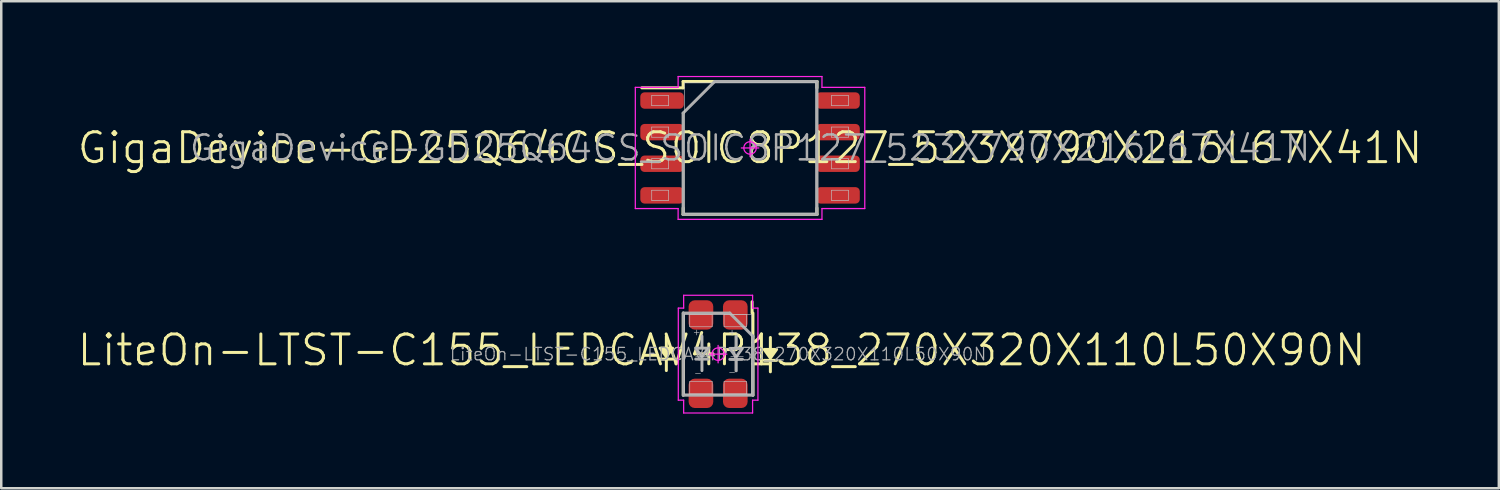
<source format=kicad_pcb>
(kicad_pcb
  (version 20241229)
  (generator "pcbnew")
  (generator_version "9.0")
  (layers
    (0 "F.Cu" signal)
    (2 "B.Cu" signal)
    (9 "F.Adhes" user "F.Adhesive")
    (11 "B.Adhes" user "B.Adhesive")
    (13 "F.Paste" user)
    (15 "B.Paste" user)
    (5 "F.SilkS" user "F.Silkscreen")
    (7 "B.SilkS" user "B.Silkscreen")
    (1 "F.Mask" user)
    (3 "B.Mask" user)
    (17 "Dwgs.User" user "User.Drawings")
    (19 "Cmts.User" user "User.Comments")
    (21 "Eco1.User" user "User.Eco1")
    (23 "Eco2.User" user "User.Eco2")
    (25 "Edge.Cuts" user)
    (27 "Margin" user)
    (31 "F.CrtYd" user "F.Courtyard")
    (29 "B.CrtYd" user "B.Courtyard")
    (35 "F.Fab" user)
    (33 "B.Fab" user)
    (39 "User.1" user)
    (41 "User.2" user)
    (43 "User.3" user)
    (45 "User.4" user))
  (footprint "LiteOn-LTST-C155_LEDCAV4P138_270X320X110L50X90N"
    (layer "F.Cu")
    (at 25.806 11.18)
    (property "Reference" "LiteOn-LTST-C155_LEDCAV4P138_270X320X110L50X90N" (at 0.14 -0.16 0) (layer "F.SilkS") (effects (font (size 1.2 1.2) (thickness 0.12))))
    (attr smd)
    (fp_line (start -2.33 0.2) (end -1.83 0.2) (stroke (width 0.12) (type solid)) (layer "F.SilkS"))
    (fp_line (start -2.08 -0.72) (end -2.08 -0.29) (stroke (width 0.12) (type solid)) (layer "F.SilkS"))
    (fp_line (start -2.08 0.21) (end -2.08 0.66) (stroke (width 0.12) (type solid)) (layer "F.SilkS"))
    (fp_line (start -1.4 -1.65) (end -1.4 1.65) (stroke (width 0.12) (type solid)) (layer "F.SilkS"))
    (fp_line (start 1.365 -1.65) (end 1.365 -2.105) (stroke (width 0.12) (type solid)) (layer "F.SilkS"))
    (fp_line (start 1.4 -1.65) (end 1.4 1.65) (stroke (width 0.12) (type solid)) (layer "F.SilkS"))
    (fp_line (start 1.85 0.25) (end 2.35 0.25) (stroke (width 0.12) (type solid)) (layer "F.SilkS"))
    (fp_line (start 2.1 -0.67) (end 2.1 -0.24) (stroke (width 0.12) (type solid)) (layer "F.SilkS"))
    (fp_line (start 2.1 0.26) (end 2.1 0.71) (stroke (width 0.12) (type solid)) (layer "F.SilkS"))
    (fp_poly (pts (xy -2.08 0.11) (xy -2.33 -0.24) (xy -1.83 -0.24)) (stroke (width 0.12) (type solid)) (fill yes) (layer "F.SilkS"))
    (fp_poly (pts (xy 2.1 0.16) (xy 1.85 -0.19) (xy 2.35 -0.19)) (stroke (width 0.12) (type solid)) (fill yes) (layer "F.SilkS"))
    (fp_line (start -1.35 -1.6) (end 1.35 -1.6) (stroke (width 0.025) (type solid)) (layer "Dwgs.User"))
    (fp_line (start -1.35 1.6) (end -1.35 -1.6) (stroke (width 0.025) (type solid)) (layer "Dwgs.User"))
    (fp_line (start -1.14 -1.6) (end -0.24 -1.6) (stroke (width 0.025) (type solid)) (layer "Dwgs.User"))
    (fp_line (start -1.14 -1.1) (end -1.14 -1.6) (stroke (width 0.025) (type solid)) (layer "Dwgs.User"))
    (fp_line (start -1.14 1.1) (end -0.24 1.1) (stroke (width 0.025) (type solid)) (layer "Dwgs.User"))
    (fp_line (start -1.14 1.6) (end -1.14 1.1) (stroke (width 0.025) (type solid)) (layer "Dwgs.User"))
    (fp_line (start -0.96 -0.87) (end -0.76 -0.87) (stroke (width 0.025) (type solid)) (layer "Dwgs.User"))
    (fp_line (start -0.91 0.77) (end -0.71 0.77) (stroke (width 0.025) (type solid)) (layer "Dwgs.User"))
    (fp_line (start -0.9 0.1) (end -0.4 0.1) (stroke (width 0.025) (type solid)) (layer "Dwgs.User"))
    (fp_line (start -0.86 -0.77) (end -0.86 -0.97) (stroke (width 0.025) (type solid)) (layer "Dwgs.User"))
    (fp_line (start -0.65 -0.85) (end -0.65 -0.25) (stroke (width 0.025) (type solid)) (layer "Dwgs.User"))
    (fp_line (start -0.65 0.1) (end -0.65 0.7) (stroke (width 0.025) (type solid)) (layer "Dwgs.User"))
    (fp_line (start -0.24 -1.6) (end -0.24 -1.1) (stroke (width 0.025) (type solid)) (layer "Dwgs.User"))
    (fp_line (start -0.24 -1.1) (end -1.14 -1.1) (stroke (width 0.025) (type solid)) (layer "Dwgs.User"))
    (fp_line (start -0.24 1.1) (end -0.24 1.6) (stroke (width 0.025) (type solid)) (layer "Dwgs.User"))
    (fp_line (start -0.24 1.6) (end -1.14 1.6) (stroke (width 0.025) (type solid)) (layer "Dwgs.User"))
    (fp_line (start 0.24 -1.6) (end 1.14 -1.6) (stroke (width 0.025) (type solid)) (layer "Dwgs.User"))
    (fp_line (start 0.24 -1.1) (end 0.24 -1.6) (stroke (width 0.025) (type solid)) (layer "Dwgs.User"))
    (fp_line (start 0.24 1.1) (end 1.14 1.1) (stroke (width 0.025) (type solid)) (layer "Dwgs.User"))
    (fp_line (start 0.24 1.6) (end 0.24 1.1) (stroke (width 0.025) (type solid)) (layer "Dwgs.User"))
    (fp_line (start 0.46 -0.86) (end 0.66 -0.86) (stroke (width 0.025) (type solid)) (layer "Dwgs.User"))
    (fp_line (start 0.46 0.73) (end 0.66 0.73) (stroke (width 0.025) (type solid)) (layer "Dwgs.User"))
    (fp_line (start 0.51 0.1) (end 1.01 0.1) (stroke (width 0.025) (type solid)) (layer "Dwgs.User"))
    (fp_line (start 0.56 -0.76) (end 0.56 -0.96) (stroke (width 0.025) (type solid)) (layer "Dwgs.User"))
    (fp_line (start 0.76 -0.85) (end 0.76 -0.25) (stroke (width 0.025) (type solid)) (layer "Dwgs.User"))
    (fp_line (start 0.76 0.1) (end 0.76 0.7) (stroke (width 0.025) (type solid)) (layer "Dwgs.User"))
    (fp_line (start 1.14 -1.6) (end 1.14 -1.1) (stroke (width 0.025) (type solid)) (layer "Dwgs.User"))
    (fp_line (start 1.14 -1.1) (end 0.24 -1.1) (stroke (width 0.025) (type solid)) (layer "Dwgs.User"))
    (fp_line (start 1.14 1.1) (end 1.14 1.6) (stroke (width 0.025) (type solid)) (layer "Dwgs.User"))
    (fp_line (start 1.14 1.6) (end 0.24 1.6) (stroke (width 0.025) (type solid)) (layer "Dwgs.User"))
    (fp_line (start 1.35 -1.6) (end 1.35 1.6) (stroke (width 0.025) (type solid)) (layer "Dwgs.User"))
    (fp_line (start 1.35 1.6) (end -1.35 1.6) (stroke (width 0.025) (type solid)) (layer "Dwgs.User"))
    (fp_poly (pts (xy -0.65 0.1) (xy -0.9 -0.25) (xy -0.4 -0.25)) (stroke (width 0.025) (type solid)) (fill no) (layer "Dwgs.User"))
    (fp_poly (pts (xy 0.76 0.1) (xy 0.51 -0.25) (xy 1.01 -0.25)) (stroke (width 0.025) (type solid)) (fill no) (layer "Dwgs.User"))
    (fp_line (start -1.6 -1.85) (end -1.6 1.85) (stroke (width 0.05) (type solid)) (layer "F.CrtYd"))
    (fp_line (start -1.6 1.85) (end -1.385 1.85) (stroke (width 0.05) (type solid)) (layer "F.CrtYd"))
    (fp_line (start -1.385 -2.365) (end -1.385 -1.85) (stroke (width 0.05) (type solid)) (layer "F.CrtYd"))
    (fp_line (start -1.385 -1.85) (end -1.6 -1.85) (stroke (width 0.05) (type solid)) (layer "F.CrtYd"))
    (fp_line (start -1.385 1.85) (end -1.385 2.365) (stroke (width 0.05) (type solid)) (layer "F.CrtYd"))
    (fp_line (start -1.385 2.365) (end 1.385 2.365) (stroke (width 0.05) (type solid)) (layer "F.CrtYd"))
    (fp_line (start 0 0.35) (end 0 -0.35) (stroke (width 0.05) (type solid)) (layer "F.CrtYd"))
    (fp_line (start 0.35 0) (end -0.35 0) (stroke (width 0.05) (type solid)) (layer "F.CrtYd"))
    (fp_line (start 1.385 -2.365) (end -1.385 -2.365) (stroke (width 0.05) (type solid)) (layer "F.CrtYd"))
    (fp_line (start 1.385 -1.85) (end 1.385 -2.365) (stroke (width 0.05) (type solid)) (layer "F.CrtYd"))
    (fp_line (start 1.385 1.85) (end 1.6 1.85) (stroke (width 0.05) (type solid)) (layer "F.CrtYd"))
    (fp_line (start 1.385 2.365) (end 1.385 1.85) (stroke (width 0.05) (type solid)) (layer "F.CrtYd"))
    (fp_line (start 1.6 -1.85) (end 1.385 -1.85) (stroke (width 0.05) (type solid)) (layer "F.CrtYd"))
    (fp_line (start 1.6 1.85) (end 1.6 -1.85) (stroke (width 0.05) (type solid)) (layer "F.CrtYd"))
    (fp_circle (center 0 0) (end 0 0.25) (stroke (width 0.05) (type solid)) (fill no) (layer "F.CrtYd"))
    (fp_line (start -1.4 -1.65) (end 0.467 -1.65) (stroke (width 0.12) (type solid)) (layer "F.Fab"))
    (fp_line (start -1.4 1.65) (end -1.4 -1.65) (stroke (width 0.12) (type solid)) (layer "F.Fab"))
    (fp_line (start -0.9 0.2) (end -0.4 0.2) (stroke (width 0.12) (type solid)) (layer "F.Fab"))
    (fp_line (start -0.65 -0.72) (end -0.65 -0.29) (stroke (width 0.12) (type solid)) (layer "F.Fab"))
    (fp_line (start -0.65 0.21) (end -0.65 0.66) (stroke (width 0.12) (type solid)) (layer "F.Fab"))
    (fp_line (start 0.467 -1.65) (end 1.4 -0.717) (stroke (width 0.12) (type solid)) (layer "F.Fab"))
    (fp_line (start 0.47 0.21) (end 0.97 0.21) (stroke (width 0.12) (type solid)) (layer "F.Fab"))
    (fp_line (start 0.72 -0.71) (end 0.72 -0.28) (stroke (width 0.12) (type solid)) (layer "F.Fab"))
    (fp_line (start 0.72 0.22) (end 0.72 0.67) (stroke (width 0.12) (type solid)) (layer "F.Fab"))
    (fp_line (start 1.4 -0.717) (end 1.4 1.65) (stroke (width 0.12) (type solid)) (layer "F.Fab"))
    (fp_line (start 1.4 1.65) (end -1.4 1.65) (stroke (width 0.12) (type solid)) (layer "F.Fab"))
    (fp_poly (pts (xy -0.65 0.11) (xy -0.9 -0.24) (xy -0.4 -0.24)) (stroke (width 0.12) (type solid)) (fill no) (layer "F.Fab"))
    (fp_poly (pts (xy 0.72 0.12) (xy 0.47 -0.23) (xy 0.97 -0.23)) (stroke (width 0.12) (type solid)) (fill no) (layer "F.Fab"))
    (fp_text user "${REFERENCE}" (at 0 0 0) (layer "F.Fab") (effects (font (size 0.5 0.5) (thickness 0.05))))
    (pad "1" smd roundrect (at 0.69 -1.575 90) (size 1.18 0.99) (layers "F.Cu" "F.Mask" "F.Paste") (roundrect_rratio 0.25))
    (pad "2" smd roundrect (at -0.69 -1.575 90) (size 1.18 0.99) (layers "F.Cu" "F.Mask" "F.Paste") (roundrect_rratio 0.25))
    (pad "3" smd roundrect (at 0.69 1.575 90) (size 1.18 0.99) (layers "F.Cu" "F.Mask" "F.Paste") (roundrect_rratio 0.25))
    (pad "4" smd roundrect (at -0.69 1.575 90) (size 1.18 0.99) (layers "F.Cu" "F.Mask" "F.Paste") (roundrect_rratio 0.25)))
  (footprint "GigaDevice-GD25Q64CS_SOIC8P127_523X790X216L67X41N"
    (layer "F.Cu")
    (at 27.089 2.895)
    (property "Reference" "GigaDevice-GD25Q64CS_SOIC8P127_523X790X216L67X41N" (at 0 0 0) (layer "F.SilkS") (effects (font (size 1.2 1.2) (thickness 0.12))))
    (attr smd)
    (fp_line (start -2.69 -2.67) (end 2.69 -2.67) (stroke (width 0.12) (type solid)) (layer "F.SilkS"))
    (fp_line (start -2.69 -2.415) (end -4.35 -2.415) (stroke (width 0.12) (type solid)) (layer "F.SilkS"))
    (fp_line (start -2.69 -2.415) (end -2.69 -2.67) (stroke (width 0.12) (type solid)) (layer "F.SilkS"))
    (fp_line (start -2.69 2.415) (end -2.69 2.67) (stroke (width 0.12) (type solid)) (layer "F.SilkS"))
    (fp_line (start -2.69 2.67) (end 2.69 2.67) (stroke (width 0.12) (type solid)) (layer "F.SilkS"))
    (fp_line (start 2.69 -2.67) (end 2.69 -2.415) (stroke (width 0.12) (type solid)) (layer "F.SilkS"))
    (fp_line (start 2.69 2.67) (end 2.69 2.415) (stroke (width 0.12) (type solid)) (layer "F.SilkS"))
    (fp_line (start -3.95 -2.11) (end -3.275 -2.11) (stroke (width 0.025) (type solid)) (layer "Dwgs.User"))
    (fp_line (start -3.95 -1.7) (end -3.95 -2.11) (stroke (width 0.025) (type solid)) (layer "Dwgs.User"))
    (fp_line (start -3.95 -0.84) (end -3.275 -0.84) (stroke (width 0.025) (type solid)) (layer "Dwgs.User"))
    (fp_line (start -3.95 -0.43) (end -3.95 -0.84) (stroke (width 0.025) (type solid)) (layer "Dwgs.User"))
    (fp_line (start -3.95 0.43) (end -3.275 0.43) (stroke (width 0.025) (type solid)) (layer "Dwgs.User"))
    (fp_line (start -3.95 0.84) (end -3.95 0.43) (stroke (width 0.025) (type solid)) (layer "Dwgs.User"))
    (fp_line (start -3.95 1.7) (end -3.275 1.7) (stroke (width 0.025) (type solid)) (layer "Dwgs.User"))
    (fp_line (start -3.95 2.11) (end -3.95 1.7) (stroke (width 0.025) (type solid)) (layer "Dwgs.User"))
    (fp_line (start -3.275 -2.11) (end -3.275 -1.7) (stroke (width 0.025) (type solid)) (layer "Dwgs.User"))
    (fp_line (start -3.275 -1.7) (end -3.95 -1.7) (stroke (width 0.025) (type solid)) (layer "Dwgs.User"))
    (fp_line (start -3.275 -0.84) (end -3.275 -0.43) (stroke (width 0.025) (type solid)) (layer "Dwgs.User"))
    (fp_line (start -3.275 -0.43) (end -3.95 -0.43) (stroke (width 0.025) (type solid)) (layer "Dwgs.User"))
    (fp_line (start -3.275 0.43) (end -3.275 0.84) (stroke (width 0.025) (type solid)) (layer "Dwgs.User"))
    (fp_line (start -3.275 0.84) (end -3.95 0.84) (stroke (width 0.025) (type solid)) (layer "Dwgs.User"))
    (fp_line (start -3.275 1.7) (end -3.275 2.11) (stroke (width 0.025) (type solid)) (layer "Dwgs.User"))
    (fp_line (start -3.275 2.11) (end -3.95 2.11) (stroke (width 0.025) (type solid)) (layer "Dwgs.User"))
    (fp_line (start -2.64 -2.615) (end 2.64 -2.615) (stroke (width 0.025) (type solid)) (layer "Dwgs.User"))
    (fp_line (start -2.64 2.615) (end -2.64 -2.615) (stroke (width 0.025) (type solid)) (layer "Dwgs.User"))
    (fp_line (start 2.64 -2.615) (end 2.64 2.615) (stroke (width 0.025) (type solid)) (layer "Dwgs.User"))
    (fp_line (start 2.64 2.615) (end -2.64 2.615) (stroke (width 0.025) (type solid)) (layer "Dwgs.User"))
    (fp_line (start 3.275 -2.11) (end 3.95 -2.11) (stroke (width 0.025) (type solid)) (layer "Dwgs.User"))
    (fp_line (start 3.275 -1.7) (end 3.275 -2.11) (stroke (width 0.025) (type solid)) (layer "Dwgs.User"))
    (fp_line (start 3.275 -0.84) (end 3.95 -0.84) (stroke (width 0.025) (type solid)) (layer "Dwgs.User"))
    (fp_line (start 3.275 -0.43) (end 3.275 -0.84) (stroke (width 0.025) (type solid)) (layer "Dwgs.User"))
    (fp_line (start 3.275 0.43) (end 3.95 0.43) (stroke (width 0.025) (type solid)) (layer "Dwgs.User"))
    (fp_line (start 3.275 0.84) (end 3.275 0.43) (stroke (width 0.025) (type solid)) (layer "Dwgs.User"))
    (fp_line (start 3.275 1.7) (end 3.95 1.7) (stroke (width 0.025) (type solid)) (layer "Dwgs.User"))
    (fp_line (start 3.275 2.11) (end 3.275 1.7) (stroke (width 0.025) (type solid)) (layer "Dwgs.User"))
    (fp_line (start 3.95 -2.11) (end 3.95 -1.7) (stroke (width 0.025) (type solid)) (layer "Dwgs.User"))
    (fp_line (start 3.95 -1.7) (end 3.275 -1.7) (stroke (width 0.025) (type solid)) (layer "Dwgs.User"))
    (fp_line (start 3.95 -0.84) (end 3.95 -0.43) (stroke (width 0.025) (type solid)) (layer "Dwgs.User"))
    (fp_line (start 3.95 -0.43) (end 3.275 -0.43) (stroke (width 0.025) (type solid)) (layer "Dwgs.User"))
    (fp_line (start 3.95 0.43) (end 3.95 0.84) (stroke (width 0.025) (type solid)) (layer "Dwgs.User"))
    (fp_line (start 3.95 0.84) (end 3.275 0.84) (stroke (width 0.025) (type solid)) (layer "Dwgs.User"))
    (fp_line (start 3.95 1.7) (end 3.95 2.11) (stroke (width 0.025) (type solid)) (layer "Dwgs.User"))
    (fp_line (start 3.95 2.11) (end 3.275 2.11) (stroke (width 0.025) (type solid)) (layer "Dwgs.User"))
    (fp_line (start -4.61 -2.435) (end -4.61 2.435) (stroke (width 0.05) (type solid)) (layer "F.CrtYd"))
    (fp_line (start -4.61 2.435) (end -2.89 2.435) (stroke (width 0.05) (type solid)) (layer "F.CrtYd"))
    (fp_line (start -2.89 -2.87) (end -2.89 -2.435) (stroke (width 0.05) (type solid)) (layer "F.CrtYd"))
    (fp_line (start -2.89 -2.435) (end -4.61 -2.435) (stroke (width 0.05) (type solid)) (layer "F.CrtYd"))
    (fp_line (start -2.89 2.435) (end -2.89 2.87) (stroke (width 0.05) (type solid)) (layer "F.CrtYd"))
    (fp_line (start -2.89 2.87) (end 2.89 2.87) (stroke (width 0.05) (type solid)) (layer "F.CrtYd"))
    (fp_line (start 0 -0.35) (end 0 0.35) (stroke (width 0.05) (type solid)) (layer "F.CrtYd"))
    (fp_line (start 0.35 0) (end -0.35 0) (stroke (width 0.05) (type solid)) (layer "F.CrtYd"))
    (fp_line (start 2.89 -2.87) (end -2.89 -2.87) (stroke (width 0.05) (type solid)) (layer "F.CrtYd"))
    (fp_line (start 2.89 -2.435) (end 2.89 -2.87) (stroke (width 0.05) (type solid)) (layer "F.CrtYd"))
    (fp_line (start 2.89 2.435) (end 4.61 2.435) (stroke (width 0.05) (type solid)) (layer "F.CrtYd"))
    (fp_line (start 2.89 2.87) (end 2.89 2.435) (stroke (width 0.05) (type solid)) (layer "F.CrtYd"))
    (fp_line (start 4.61 -2.435) (end 2.89 -2.435) (stroke (width 0.05) (type solid)) (layer "F.CrtYd"))
    (fp_line (start 4.61 2.435) (end 4.61 -2.435) (stroke (width 0.05) (type solid)) (layer "F.CrtYd"))
    (fp_circle (center 0 0) (end 0 0.25) (stroke (width 0.05) (type solid)) (fill no) (layer "F.CrtYd"))
    (fp_line (start -2.69 -1.4) (end -1.42 -2.67) (stroke (width 0.12) (type solid)) (layer "F.Fab"))
    (fp_line (start -2.69 2.67) (end -2.69 -1.4) (stroke (width 0.12) (type solid)) (layer "F.Fab"))
    (fp_line (start -1.42 -2.67) (end 2.69 -2.67) (stroke (width 0.12) (type solid)) (layer "F.Fab"))
    (fp_line (start 2.69 -2.67) (end 2.69 2.67) (stroke (width 0.12) (type solid)) (layer "F.Fab"))
    (fp_line (start 2.69 2.67) (end -2.69 2.67) (stroke (width 0.12) (type solid)) (layer "F.Fab"))
    (fp_text user "${REFERENCE}" (at 0 0 0) (layer "F.Fab") (effects (font (size 1 1) (thickness 0.1))))
    (pad "1" smd roundrect (at -3.535 -1.905) (size 1.75 0.66) (layers "F.Cu" "F.Mask" "F.Paste") (roundrect_rratio 0.258))
    (pad "2" smd roundrect (at -3.535 -0.635) (size 1.75 0.66) (layers "F.Cu" "F.Mask" "F.Paste") (roundrect_rratio 0.258))
    (pad "3" smd roundrect (at -3.535 0.635) (size 1.75 0.66) (layers "F.Cu" "F.Mask" "F.Paste") (roundrect_rratio 0.258))
    (pad "4" smd roundrect (at -3.535 1.905) (size 1.75 0.66) (layers "F.Cu" "F.Mask" "F.Paste") (roundrect_rratio 0.258))
    (pad "5" smd roundrect (at 3.535 1.905) (size 1.75 0.66) (layers "F.Cu" "F.Mask" "F.Paste") (roundrect_rratio 0.258))
    (pad "6" smd roundrect (at 3.535 0.635) (size 1.75 0.66) (layers "F.Cu" "F.Mask" "F.Paste") (roundrect_rratio 0.258))
    (pad "7" smd roundrect (at 3.535 -0.635) (size 1.75 0.66) (layers "F.Cu" "F.Mask" "F.Paste") (roundrect_rratio 0.258))
    (pad "8" smd roundrect (at 3.535 -1.905) (size 1.75 0.66) (layers "F.Cu" "F.Mask" "F.Paste") (roundrect_rratio 0.258)))
  (gr_rect
    (start -3 -3)
    (end 57.177 16.57)
    (stroke (width 0.1) (type default))
    (fill no)
    (layer "Edge.Cuts")))
</source>
